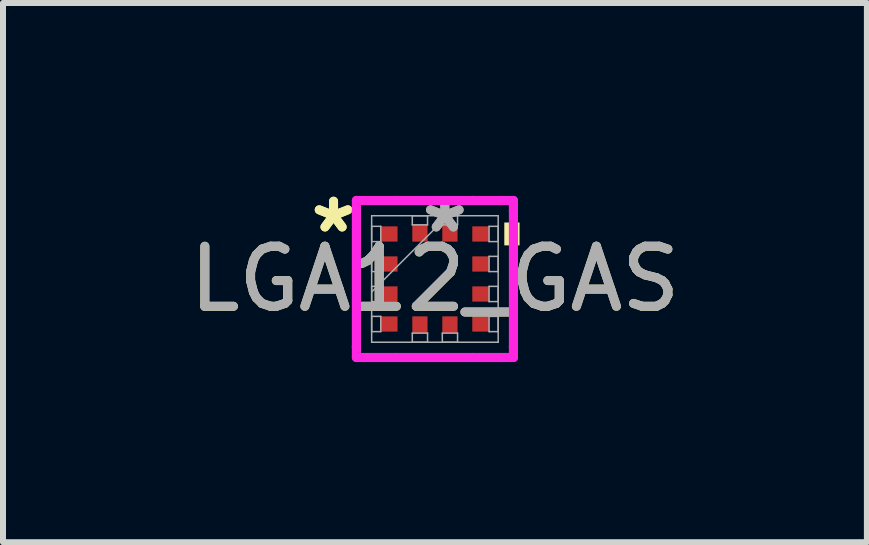
<source format=kicad_pcb>
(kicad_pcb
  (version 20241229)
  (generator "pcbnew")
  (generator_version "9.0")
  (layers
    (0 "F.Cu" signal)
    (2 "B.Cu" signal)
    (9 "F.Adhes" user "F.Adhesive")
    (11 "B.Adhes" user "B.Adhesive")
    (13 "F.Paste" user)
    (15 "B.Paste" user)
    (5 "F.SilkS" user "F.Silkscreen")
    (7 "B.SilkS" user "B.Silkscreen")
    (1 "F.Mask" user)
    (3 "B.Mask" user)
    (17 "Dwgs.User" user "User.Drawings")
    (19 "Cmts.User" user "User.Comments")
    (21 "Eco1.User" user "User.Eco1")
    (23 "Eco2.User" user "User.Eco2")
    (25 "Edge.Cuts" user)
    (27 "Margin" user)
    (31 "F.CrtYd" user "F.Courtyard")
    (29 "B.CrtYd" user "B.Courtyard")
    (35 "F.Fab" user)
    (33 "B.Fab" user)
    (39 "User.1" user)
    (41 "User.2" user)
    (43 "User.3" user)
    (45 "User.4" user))
  (footprint "LGA12_GAS"
    (layer "F.Cu")
    (at 4.196 1.598)
    (property "Reference" "LGA12_GAS" (at 0 0 0) (unlocked yes) (layer "F.SilkS") (effects (font (size 1 1) (thickness 0.15))))
    (attr smd)
    (fp_poly (pts (xy 1.41 -0.941) (xy 1.41 -0.56) (xy 1.156 -0.56) (xy 1.156 -0.941)) (stroke (width 0) (type solid)) (fill yes) (layer "F.SilkS"))
    (fp_line (start -1.308 -1.308) (end -0.631 -1.308) (stroke (width 0.152) (type solid)) (layer "F.CrtYd"))
    (fp_line (start -1.308 -1.131) (end -1.308 -1.308) (stroke (width 0.152) (type solid)) (layer "F.CrtYd"))
    (fp_line (start -1.308 -1.131) (end -1.308 -1.131) (stroke (width 0.152) (type solid)) (layer "F.CrtYd"))
    (fp_line (start -1.308 1.131) (end -1.308 -1.131) (stroke (width 0.152) (type solid)) (layer "F.CrtYd"))
    (fp_line (start -1.308 1.131) (end -1.308 1.131) (stroke (width 0.152) (type solid)) (layer "F.CrtYd"))
    (fp_line (start -1.308 1.308) (end -1.308 1.131) (stroke (width 0.152) (type solid)) (layer "F.CrtYd"))
    (fp_line (start -0.631 -1.308) (end -0.631 -1.308) (stroke (width 0.152) (type solid)) (layer "F.CrtYd"))
    (fp_line (start -0.631 -1.308) (end 0.631 -1.308) (stroke (width 0.152) (type solid)) (layer "F.CrtYd"))
    (fp_line (start -0.631 1.308) (end -1.308 1.308) (stroke (width 0.152) (type solid)) (layer "F.CrtYd"))
    (fp_line (start -0.631 1.308) (end -0.631 1.308) (stroke (width 0.152) (type solid)) (layer "F.CrtYd"))
    (fp_line (start 0.631 -1.308) (end 0.631 -1.308) (stroke (width 0.152) (type solid)) (layer "F.CrtYd"))
    (fp_line (start 0.631 -1.308) (end 1.308 -1.308) (stroke (width 0.152) (type solid)) (layer "F.CrtYd"))
    (fp_line (start 0.631 1.308) (end -0.631 1.308) (stroke (width 0.152) (type solid)) (layer "F.CrtYd"))
    (fp_line (start 0.631 1.308) (end 0.631 1.308) (stroke (width 0.152) (type solid)) (layer "F.CrtYd"))
    (fp_line (start 1.308 -1.308) (end 1.308 -1.131) (stroke (width 0.152) (type solid)) (layer "F.CrtYd"))
    (fp_line (start 1.308 -1.131) (end 1.308 -1.131) (stroke (width 0.152) (type solid)) (layer "F.CrtYd"))
    (fp_line (start 1.308 -1.131) (end 1.308 1.131) (stroke (width 0.152) (type solid)) (layer "F.CrtYd"))
    (fp_line (start 1.308 1.131) (end 1.308 1.131) (stroke (width 0.152) (type solid)) (layer "F.CrtYd"))
    (fp_line (start 1.308 1.131) (end 1.308 1.308) (stroke (width 0.152) (type solid)) (layer "F.CrtYd"))
    (fp_line (start 1.308 1.308) (end 0.631 1.308) (stroke (width 0.152) (type solid)) (layer "F.CrtYd"))
    (fp_line (start -1.054 -1.054) (end -1.054 1.054) (stroke (width 0.025) (type solid)) (layer "F.Fab"))
    (fp_line (start -1.054 -0.877) (end -0.902 -0.877) (stroke (width 0.025) (type solid)) (layer "F.Fab"))
    (fp_line (start -1.054 -0.623) (end -1.054 -0.877) (stroke (width 0.025) (type solid)) (layer "F.Fab"))
    (fp_line (start -1.054 -0.377) (end -0.902 -0.377) (stroke (width 0.025) (type solid)) (layer "F.Fab"))
    (fp_line (start -1.054 -0.123) (end -1.054 -0.377) (stroke (width 0.025) (type solid)) (layer "F.Fab"))
    (fp_line (start -1.054 0.123) (end -0.902 0.123) (stroke (width 0.025) (type solid)) (layer "F.Fab"))
    (fp_line (start -1.054 0.216) (end 0.216 -1.054) (stroke (width 0.025) (type solid)) (layer "F.Fab"))
    (fp_line (start -1.054 0.377) (end -1.054 0.123) (stroke (width 0.025) (type solid)) (layer "F.Fab"))
    (fp_line (start -1.054 0.623) (end -0.902 0.623) (stroke (width 0.025) (type solid)) (layer "F.Fab"))
    (fp_line (start -1.054 0.877) (end -1.054 0.623) (stroke (width 0.025) (type solid)) (layer "F.Fab"))
    (fp_line (start -1.054 1.054) (end 1.054 1.054) (stroke (width 0.025) (type solid)) (layer "F.Fab"))
    (fp_line (start -0.902 -0.877) (end -0.902 -0.623) (stroke (width 0.025) (type solid)) (layer "F.Fab"))
    (fp_line (start -0.902 -0.623) (end -1.054 -0.623) (stroke (width 0.025) (type solid)) (layer "F.Fab"))
    (fp_line (start -0.902 -0.377) (end -0.902 -0.123) (stroke (width 0.025) (type solid)) (layer "F.Fab"))
    (fp_line (start -0.902 -0.123) (end -1.054 -0.123) (stroke (width 0.025) (type solid)) (layer "F.Fab"))
    (fp_line (start -0.902 0.123) (end -0.902 0.377) (stroke (width 0.025) (type solid)) (layer "F.Fab"))
    (fp_line (start -0.902 0.377) (end -1.054 0.377) (stroke (width 0.025) (type solid)) (layer "F.Fab"))
    (fp_line (start -0.902 0.623) (end -0.902 0.877) (stroke (width 0.025) (type solid)) (layer "F.Fab"))
    (fp_line (start -0.902 0.877) (end -1.054 0.877) (stroke (width 0.025) (type solid)) (layer "F.Fab"))
    (fp_line (start -0.377 -1.054) (end -0.123 -1.054) (stroke (width 0.025) (type solid)) (layer "F.Fab"))
    (fp_line (start -0.377 -0.902) (end -0.377 -1.054) (stroke (width 0.025) (type solid)) (layer "F.Fab"))
    (fp_line (start -0.377 0.902) (end -0.123 0.902) (stroke (width 0.025) (type solid)) (layer "F.Fab"))
    (fp_line (start -0.377 1.054) (end -0.377 0.902) (stroke (width 0.025) (type solid)) (layer "F.Fab"))
    (fp_line (start -0.123 -1.054) (end -0.123 -0.902) (stroke (width 0.025) (type solid)) (layer "F.Fab"))
    (fp_line (start -0.123 -0.902) (end -0.377 -0.902) (stroke (width 0.025) (type solid)) (layer "F.Fab"))
    (fp_line (start -0.123 0.902) (end -0.123 1.054) (stroke (width 0.025) (type solid)) (layer "F.Fab"))
    (fp_line (start -0.123 1.054) (end -0.377 1.054) (stroke (width 0.025) (type solid)) (layer "F.Fab"))
    (fp_line (start 0.123 -1.054) (end 0.377 -1.054) (stroke (width 0.025) (type solid)) (layer "F.Fab"))
    (fp_line (start 0.123 -0.902) (end 0.123 -1.054) (stroke (width 0.025) (type solid)) (layer "F.Fab"))
    (fp_line (start 0.123 0.902) (end 0.377 0.902) (stroke (width 0.025) (type solid)) (layer "F.Fab"))
    (fp_line (start 0.123 1.054) (end 0.123 0.902) (stroke (width 0.025) (type solid)) (layer "F.Fab"))
    (fp_line (start 0.377 -1.054) (end 0.377 -0.902) (stroke (width 0.025) (type solid)) (layer "F.Fab"))
    (fp_line (start 0.377 -0.902) (end 0.123 -0.902) (stroke (width 0.025) (type solid)) (layer "F.Fab"))
    (fp_line (start 0.377 0.902) (end 0.377 1.054) (stroke (width 0.025) (type solid)) (layer "F.Fab"))
    (fp_line (start 0.377 1.054) (end 0.123 1.054) (stroke (width 0.025) (type solid)) (layer "F.Fab"))
    (fp_line (start 0.902 -0.877) (end 1.054 -0.877) (stroke (width 0.025) (type solid)) (layer "F.Fab"))
    (fp_line (start 0.902 -0.623) (end 0.902 -0.877) (stroke (width 0.025) (type solid)) (layer "F.Fab"))
    (fp_line (start 0.902 -0.377) (end 1.054 -0.377) (stroke (width 0.025) (type solid)) (layer "F.Fab"))
    (fp_line (start 0.902 -0.123) (end 0.902 -0.377) (stroke (width 0.025) (type solid)) (layer "F.Fab"))
    (fp_line (start 0.902 0.123) (end 1.054 0.123) (stroke (width 0.025) (type solid)) (layer "F.Fab"))
    (fp_line (start 0.902 0.377) (end 0.902 0.123) (stroke (width 0.025) (type solid)) (layer "F.Fab"))
    (fp_line (start 0.902 0.623) (end 1.054 0.623) (stroke (width 0.025) (type solid)) (layer "F.Fab"))
    (fp_line (start 0.902 0.877) (end 0.902 0.623) (stroke (width 0.025) (type solid)) (layer "F.Fab"))
    (fp_line (start 1.054 -1.054) (end -1.054 -1.054) (stroke (width 0.025) (type solid)) (layer "F.Fab"))
    (fp_line (start 1.054 -0.877) (end 1.054 -0.623) (stroke (width 0.025) (type solid)) (layer "F.Fab"))
    (fp_line (start 1.054 -0.623) (end 0.902 -0.623) (stroke (width 0.025) (type solid)) (layer "F.Fab"))
    (fp_line (start 1.054 -0.377) (end 1.054 -0.123) (stroke (width 0.025) (type solid)) (layer "F.Fab"))
    (fp_line (start 1.054 -0.123) (end 0.902 -0.123) (stroke (width 0.025) (type solid)) (layer "F.Fab"))
    (fp_line (start 1.054 0.123) (end 1.054 0.377) (stroke (width 0.025) (type solid)) (layer "F.Fab"))
    (fp_line (start 1.054 0.377) (end 0.902 0.377) (stroke (width 0.025) (type solid)) (layer "F.Fab"))
    (fp_line (start 1.054 0.623) (end 1.054 0.877) (stroke (width 0.025) (type solid)) (layer "F.Fab"))
    (fp_line (start 1.054 0.877) (end 0.902 0.877) (stroke (width 0.025) (type solid)) (layer "F.Fab"))
    (fp_line (start 1.054 1.054) (end 1.054 -1.054) (stroke (width 0.025) (type solid)) (layer "F.Fab"))
    (fp_text user "*" (at -1.689 -0.75 0) (unlocked yes) (layer "F.SilkS") (effects (font (size 1 1) (thickness 0.15))))
    (fp_text user "*" (at -1.689 -0.75 0) (layer "F.SilkS") (effects (font (size 1 1) (thickness 0.15))))
    (fp_text user "*" (at 0.165 -0.75 0) (unlocked yes) (layer "F.Fab") (effects (font (size 1 1) (thickness 0.15))))
    (fp_text user "*" (at 0.165 -0.75 0) (layer "F.Fab") (effects (font (size 1 1) (thickness 0.15))))
    (fp_text user "${REFERENCE}" (at 0 0 0) (unlocked yes) (layer "F.Fab") (effects (font (size 1 1) (thickness 0.15))))
    (pad "1" smd rect (at -0.762 -0.75 90) (size 0.254 0.279) (layers "F.Cu" "F.Mask" "F.Paste"))
    (pad "2" smd rect (at -0.762 -0.25 90) (size 0.254 0.279) (layers "F.Cu" "F.Mask" "F.Paste"))
    (pad "3" smd rect (at -0.762 0.25 90) (size 0.254 0.279) (layers "F.Cu" "F.Mask" "F.Paste"))
    (pad "4" smd rect (at -0.762 0.75 90) (size 0.254 0.279) (layers "F.Cu" "F.Mask" "F.Paste"))
    (pad "5" smd rect (at -0.25 0.762) (size 0.254 0.279) (layers "F.Cu" "F.Mask" "F.Paste"))
    (pad "6" smd rect (at 0.25 0.762) (size 0.254 0.279) (layers "F.Cu" "F.Mask" "F.Paste"))
    (pad "7" smd rect (at 0.762 0.75 90) (size 0.254 0.279) (layers "F.Cu" "F.Mask" "F.Paste"))
    (pad "8" smd rect (at 0.762 0.25 90) (size 0.254 0.279) (layers "F.Cu" "F.Mask" "F.Paste"))
    (pad "9" smd rect (at 0.762 -0.25 90) (size 0.254 0.279) (layers "F.Cu" "F.Mask" "F.Paste"))
    (pad "10" smd rect (at 0.762 -0.75 90) (size 0.254 0.279) (layers "F.Cu" "F.Mask" "F.Paste"))
    (pad "11" smd rect (at 0.25 -0.762) (size 0.254 0.279) (layers "F.Cu" "F.Mask" "F.Paste"))
    (pad "12" smd rect (at -0.25 -0.762) (size 0.254 0.279) (layers "F.Cu" "F.Mask" "F.Paste")))
  (gr_rect
    (start -3 -3)
    (end 11.393 5.983)
    (stroke (width 0.1) (type default))
    (fill no)
    (layer "Edge.Cuts")))
</source>
